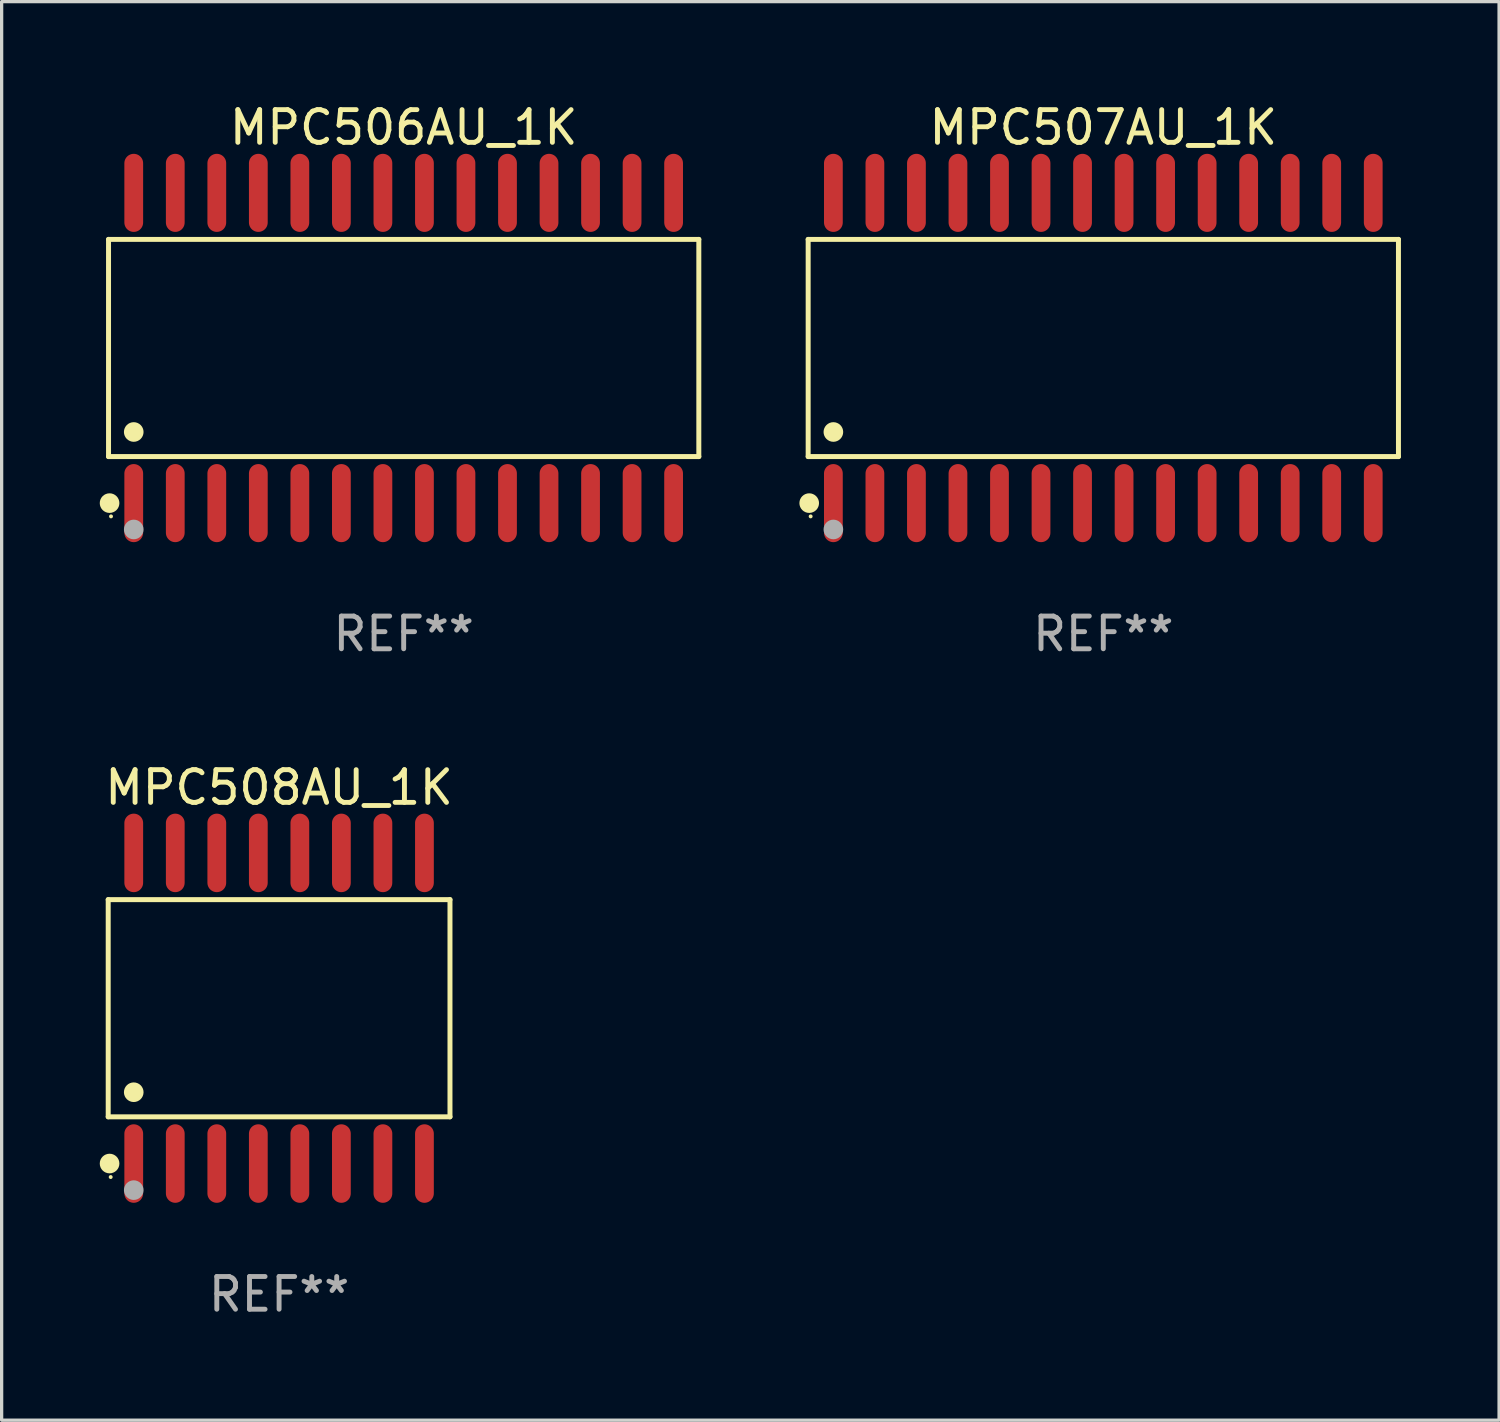
<source format=kicad_pcb>
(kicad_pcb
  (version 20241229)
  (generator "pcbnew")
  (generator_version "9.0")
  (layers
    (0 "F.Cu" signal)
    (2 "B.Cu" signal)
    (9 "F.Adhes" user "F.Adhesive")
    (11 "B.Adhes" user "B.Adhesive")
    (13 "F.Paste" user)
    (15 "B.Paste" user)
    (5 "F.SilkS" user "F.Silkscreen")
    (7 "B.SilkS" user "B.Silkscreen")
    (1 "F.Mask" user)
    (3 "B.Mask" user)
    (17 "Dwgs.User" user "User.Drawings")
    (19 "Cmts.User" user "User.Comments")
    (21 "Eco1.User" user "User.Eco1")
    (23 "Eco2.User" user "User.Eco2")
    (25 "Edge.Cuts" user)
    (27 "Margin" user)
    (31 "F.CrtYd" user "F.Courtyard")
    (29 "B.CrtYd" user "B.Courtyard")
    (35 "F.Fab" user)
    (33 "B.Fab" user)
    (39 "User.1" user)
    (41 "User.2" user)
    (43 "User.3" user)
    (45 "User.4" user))
  (footprint "MPC508AU_1K"
    (layer "F.Cu")
    (at 5.485 27.783)
    (property "Reference" "MPC508AU_1K" (at 0 -6.75 0) (layer "F.SilkS") (effects (font (size 1 1) (thickness 0.15))))
    (attr through_hole)
    (fp_line (start -5.226 -3.321) (end 5.226 -3.321) (stroke (width 0.152) (type solid)) (layer "F.SilkS"))
    (fp_line (start -5.226 3.321) (end -5.226 -3.321) (stroke (width 0.152) (type solid)) (layer "F.SilkS"))
    (fp_line (start 5.226 -3.321) (end 5.226 3.321) (stroke (width 0.152) (type solid)) (layer "F.SilkS"))
    (fp_line (start 5.226 3.321) (end -5.226 3.321) (stroke (width 0.152) (type solid)) (layer "F.SilkS"))
    (fp_circle (center -5.184 4.75) (end -5.034 4.75) (stroke (width 0.3) (type solid)) (fill no) (layer "F.SilkS"))
    (fp_circle (center -5.15 5.163) (end -5.12 5.163) (stroke (width 0.06) (type solid)) (fill no) (layer "F.SilkS"))
    (fp_circle (center -4.445 2.569) (end -4.295 2.569) (stroke (width 0.3) (type solid)) (fill no) (layer "F.SilkS"))
    (fp_circle (center -4.445 5.563) (end -4.295 5.563) (stroke (width 0.3) (type solid)) (fill no) (layer "F.Fab"))
    (fp_text user "REF**" (at 0 8.75 0) (layer "F.Fab") (effects (font (size 1 1) (thickness 0.15))))
    (pad "1" smd oval (at -4.445 4.75) (size 0.574 2.401) (layers "F.Cu" "F.Mask" "F.Paste"))
    (pad "2" smd oval (at -3.175 4.75) (size 0.574 2.401) (layers "F.Cu" "F.Mask" "F.Paste"))
    (pad "3" smd oval (at -1.905 4.75) (size 0.574 2.401) (layers "F.Cu" "F.Mask" "F.Paste"))
    (pad "4" smd oval (at -0.635 4.75) (size 0.574 2.401) (layers "F.Cu" "F.Mask" "F.Paste"))
    (pad "5" smd oval (at 0.635 4.75) (size 0.574 2.401) (layers "F.Cu" "F.Mask" "F.Paste"))
    (pad "6" smd oval (at 1.905 4.75) (size 0.574 2.401) (layers "F.Cu" "F.Mask" "F.Paste"))
    (pad "7" smd oval (at 3.175 4.75) (size 0.574 2.401) (layers "F.Cu" "F.Mask" "F.Paste"))
    (pad "8" smd oval (at 4.445 4.75) (size 0.574 2.401) (layers "F.Cu" "F.Mask" "F.Paste"))
    (pad "9" smd oval (at 4.445 -4.75) (size 0.574 2.401) (layers "F.Cu" "F.Mask" "F.Paste"))
    (pad "10" smd oval (at 3.175 -4.75) (size 0.574 2.401) (layers "F.Cu" "F.Mask" "F.Paste"))
    (pad "11" smd oval (at 1.905 -4.75) (size 0.574 2.401) (layers "F.Cu" "F.Mask" "F.Paste"))
    (pad "12" smd oval (at 0.635 -4.75) (size 0.574 2.401) (layers "F.Cu" "F.Mask" "F.Paste"))
    (pad "13" smd oval (at -0.635 -4.75) (size 0.574 2.401) (layers "F.Cu" "F.Mask" "F.Paste"))
    (pad "14" smd oval (at -1.905 -4.75) (size 0.574 2.401) (layers "F.Cu" "F.Mask" "F.Paste"))
    (pad "15" smd oval (at -3.175 -4.75) (size 0.574 2.401) (layers "F.Cu" "F.Mask" "F.Paste"))
    (pad "16" smd oval (at -4.445 -4.75) (size 0.574 2.401) (layers "F.Cu" "F.Mask" "F.Paste")))
  (footprint "MPC507AU_1K"
    (layer "F.Cu")
    (at 30.691 7.592)
    (property "Reference" "MPC507AU_1K" (at 0 -6.744 0) (layer "F.SilkS") (effects (font (size 1 1) (thickness 0.15))))
    (attr through_hole)
    (fp_line (start -9.026 -3.321) (end 9.026 -3.321) (stroke (width 0.152) (type solid)) (layer "F.SilkS"))
    (fp_line (start -9.026 3.321) (end -9.026 -3.321) (stroke (width 0.152) (type solid)) (layer "F.SilkS"))
    (fp_line (start 9.026 -3.321) (end 9.026 3.321) (stroke (width 0.152) (type solid)) (layer "F.SilkS"))
    (fp_line (start 9.026 3.321) (end -9.026 3.321) (stroke (width 0.152) (type solid)) (layer "F.SilkS"))
    (fp_circle (center -8.994 4.744) (end -8.844 4.744) (stroke (width 0.3) (type solid)) (fill no) (layer "F.SilkS"))
    (fp_circle (center -8.95 5.15) (end -8.92 5.15) (stroke (width 0.06) (type solid)) (fill no) (layer "F.SilkS"))
    (fp_circle (center -8.255 2.569) (end -8.105 2.569) (stroke (width 0.3) (type solid)) (fill no) (layer "F.SilkS"))
    (fp_circle (center -8.255 5.55) (end -8.105 5.55) (stroke (width 0.3) (type solid)) (fill no) (layer "F.Fab"))
    (fp_text user "REF**" (at 0 8.744 0) (layer "F.Fab") (effects (font (size 1 1) (thickness 0.15))))
    (pad "1" smd oval (at -8.255 4.744) (size 0.574 2.388) (layers "F.Cu" "F.Mask" "F.Paste"))
    (pad "2" smd oval (at -6.985 4.744) (size 0.574 2.388) (layers "F.Cu" "F.Mask" "F.Paste"))
    (pad "3" smd oval (at -5.715 4.744) (size 0.574 2.388) (layers "F.Cu" "F.Mask" "F.Paste"))
    (pad "4" smd oval (at -4.445 4.744) (size 0.574 2.388) (layers "F.Cu" "F.Mask" "F.Paste"))
    (pad "5" smd oval (at -3.175 4.744) (size 0.574 2.388) (layers "F.Cu" "F.Mask" "F.Paste"))
    (pad "6" smd oval (at -1.905 4.744) (size 0.574 2.388) (layers "F.Cu" "F.Mask" "F.Paste"))
    (pad "7" smd oval (at -0.635 4.744) (size 0.574 2.388) (layers "F.Cu" "F.Mask" "F.Paste"))
    (pad "8" smd oval (at 0.635 4.744) (size 0.574 2.388) (layers "F.Cu" "F.Mask" "F.Paste"))
    (pad "9" smd oval (at 1.905 4.744) (size 0.574 2.388) (layers "F.Cu" "F.Mask" "F.Paste"))
    (pad "10" smd oval (at 3.175 4.744) (size 0.574 2.388) (layers "F.Cu" "F.Mask" "F.Paste"))
    (pad "11" smd oval (at 4.445 4.744) (size 0.574 2.388) (layers "F.Cu" "F.Mask" "F.Paste"))
    (pad "12" smd oval (at 5.715 4.744) (size 0.574 2.388) (layers "F.Cu" "F.Mask" "F.Paste"))
    (pad "13" smd oval (at 6.985 4.744) (size 0.574 2.388) (layers "F.Cu" "F.Mask" "F.Paste"))
    (pad "14" smd oval (at 8.255 4.744) (size 0.574 2.388) (layers "F.Cu" "F.Mask" "F.Paste"))
    (pad "15" smd oval (at 8.255 -4.744) (size 0.574 2.388) (layers "F.Cu" "F.Mask" "F.Paste"))
    (pad "16" smd oval (at 6.985 -4.744) (size 0.574 2.388) (layers "F.Cu" "F.Mask" "F.Paste"))
    (pad "17" smd oval (at 5.715 -4.744) (size 0.574 2.388) (layers "F.Cu" "F.Mask" "F.Paste"))
    (pad "18" smd oval (at 4.445 -4.744) (size 0.574 2.388) (layers "F.Cu" "F.Mask" "F.Paste"))
    (pad "19" smd oval (at 3.175 -4.744) (size 0.574 2.388) (layers "F.Cu" "F.Mask" "F.Paste"))
    (pad "20" smd oval (at 1.905 -4.744) (size 0.574 2.388) (layers "F.Cu" "F.Mask" "F.Paste"))
    (pad "21" smd oval (at 0.635 -4.744) (size 0.574 2.388) (layers "F.Cu" "F.Mask" "F.Paste"))
    (pad "22" smd oval (at -0.635 -4.744) (size 0.574 2.388) (layers "F.Cu" "F.Mask" "F.Paste"))
    (pad "23" smd oval (at -1.905 -4.744) (size 0.574 2.388) (layers "F.Cu" "F.Mask" "F.Paste"))
    (pad "24" smd oval (at -3.175 -4.744) (size 0.574 2.388) (layers "F.Cu" "F.Mask" "F.Paste"))
    (pad "25" smd oval (at -4.445 -4.744) (size 0.574 2.388) (layers "F.Cu" "F.Mask" "F.Paste"))
    (pad "26" smd oval (at -5.715 -4.744) (size 0.574 2.388) (layers "F.Cu" "F.Mask" "F.Paste"))
    (pad "27" smd oval (at -6.985 -4.744) (size 0.574 2.388) (layers "F.Cu" "F.Mask" "F.Paste"))
    (pad "28" smd oval (at -8.255 -4.744) (size 0.574 2.388) (layers "F.Cu" "F.Mask" "F.Paste")))
  (footprint "MPC506AU_1K"
    (layer "F.Cu")
    (at 9.295 7.592)
    (property "Reference" "MPC506AU_1K" (at 0 -6.744 0) (layer "F.SilkS") (effects (font (size 1 1) (thickness 0.15))))
    (attr through_hole)
    (fp_line (start -9.026 -3.321) (end 9.026 -3.321) (stroke (width 0.152) (type solid)) (layer "F.SilkS"))
    (fp_line (start -9.026 3.321) (end -9.026 -3.321) (stroke (width 0.152) (type solid)) (layer "F.SilkS"))
    (fp_line (start 9.026 -3.321) (end 9.026 3.321) (stroke (width 0.152) (type solid)) (layer "F.SilkS"))
    (fp_line (start 9.026 3.321) (end -9.026 3.321) (stroke (width 0.152) (type solid)) (layer "F.SilkS"))
    (fp_circle (center -8.994 4.744) (end -8.844 4.744) (stroke (width 0.3) (type solid)) (fill no) (layer "F.SilkS"))
    (fp_circle (center -8.95 5.15) (end -8.92 5.15) (stroke (width 0.06) (type solid)) (fill no) (layer "F.SilkS"))
    (fp_circle (center -8.255 2.569) (end -8.105 2.569) (stroke (width 0.3) (type solid)) (fill no) (layer "F.SilkS"))
    (fp_circle (center -8.255 5.55) (end -8.105 5.55) (stroke (width 0.3) (type solid)) (fill no) (layer "F.Fab"))
    (fp_text user "REF**" (at 0 8.744 0) (layer "F.Fab") (effects (font (size 1 1) (thickness 0.15))))
    (pad "1" smd oval (at -8.255 4.744) (size 0.574 2.388) (layers "F.Cu" "F.Mask" "F.Paste"))
    (pad "2" smd oval (at -6.985 4.744) (size 0.574 2.388) (layers "F.Cu" "F.Mask" "F.Paste"))
    (pad "3" smd oval (at -5.715 4.744) (size 0.574 2.388) (layers "F.Cu" "F.Mask" "F.Paste"))
    (pad "4" smd oval (at -4.445 4.744) (size 0.574 2.388) (layers "F.Cu" "F.Mask" "F.Paste"))
    (pad "5" smd oval (at -3.175 4.744) (size 0.574 2.388) (layers "F.Cu" "F.Mask" "F.Paste"))
    (pad "6" smd oval (at -1.905 4.744) (size 0.574 2.388) (layers "F.Cu" "F.Mask" "F.Paste"))
    (pad "7" smd oval (at -0.635 4.744) (size 0.574 2.388) (layers "F.Cu" "F.Mask" "F.Paste"))
    (pad "8" smd oval (at 0.635 4.744) (size 0.574 2.388) (layers "F.Cu" "F.Mask" "F.Paste"))
    (pad "9" smd oval (at 1.905 4.744) (size 0.574 2.388) (layers "F.Cu" "F.Mask" "F.Paste"))
    (pad "10" smd oval (at 3.175 4.744) (size 0.574 2.388) (layers "F.Cu" "F.Mask" "F.Paste"))
    (pad "11" smd oval (at 4.445 4.744) (size 0.574 2.388) (layers "F.Cu" "F.Mask" "F.Paste"))
    (pad "12" smd oval (at 5.715 4.744) (size 0.574 2.388) (layers "F.Cu" "F.Mask" "F.Paste"))
    (pad "13" smd oval (at 6.985 4.744) (size 0.574 2.388) (layers "F.Cu" "F.Mask" "F.Paste"))
    (pad "14" smd oval (at 8.255 4.744) (size 0.574 2.388) (layers "F.Cu" "F.Mask" "F.Paste"))
    (pad "15" smd oval (at 8.255 -4.744) (size 0.574 2.388) (layers "F.Cu" "F.Mask" "F.Paste"))
    (pad "16" smd oval (at 6.985 -4.744) (size 0.574 2.388) (layers "F.Cu" "F.Mask" "F.Paste"))
    (pad "17" smd oval (at 5.715 -4.744) (size 0.574 2.388) (layers "F.Cu" "F.Mask" "F.Paste"))
    (pad "18" smd oval (at 4.445 -4.744) (size 0.574 2.388) (layers "F.Cu" "F.Mask" "F.Paste"))
    (pad "19" smd oval (at 3.175 -4.744) (size 0.574 2.388) (layers "F.Cu" "F.Mask" "F.Paste"))
    (pad "20" smd oval (at 1.905 -4.744) (size 0.574 2.388) (layers "F.Cu" "F.Mask" "F.Paste"))
    (pad "21" smd oval (at 0.635 -4.744) (size 0.574 2.388) (layers "F.Cu" "F.Mask" "F.Paste"))
    (pad "22" smd oval (at -0.635 -4.744) (size 0.574 2.388) (layers "F.Cu" "F.Mask" "F.Paste"))
    (pad "23" smd oval (at -1.905 -4.744) (size 0.574 2.388) (layers "F.Cu" "F.Mask" "F.Paste"))
    (pad "24" smd oval (at -3.175 -4.744) (size 0.574 2.388) (layers "F.Cu" "F.Mask" "F.Paste"))
    (pad "25" smd oval (at -4.445 -4.744) (size 0.574 2.388) (layers "F.Cu" "F.Mask" "F.Paste"))
    (pad "26" smd oval (at -5.715 -4.744) (size 0.574 2.388) (layers "F.Cu" "F.Mask" "F.Paste"))
    (pad "27" smd oval (at -6.985 -4.744) (size 0.574 2.388) (layers "F.Cu" "F.Mask" "F.Paste"))
    (pad "28" smd oval (at -8.255 -4.744) (size 0.574 2.388) (layers "F.Cu" "F.Mask" "F.Paste")))
  (gr_rect
    (start -3 -3)
    (end 42.794 40.382)
    (stroke (width 0.1) (type default))
    (fill no)
    (layer "Edge.Cuts")))
</source>
